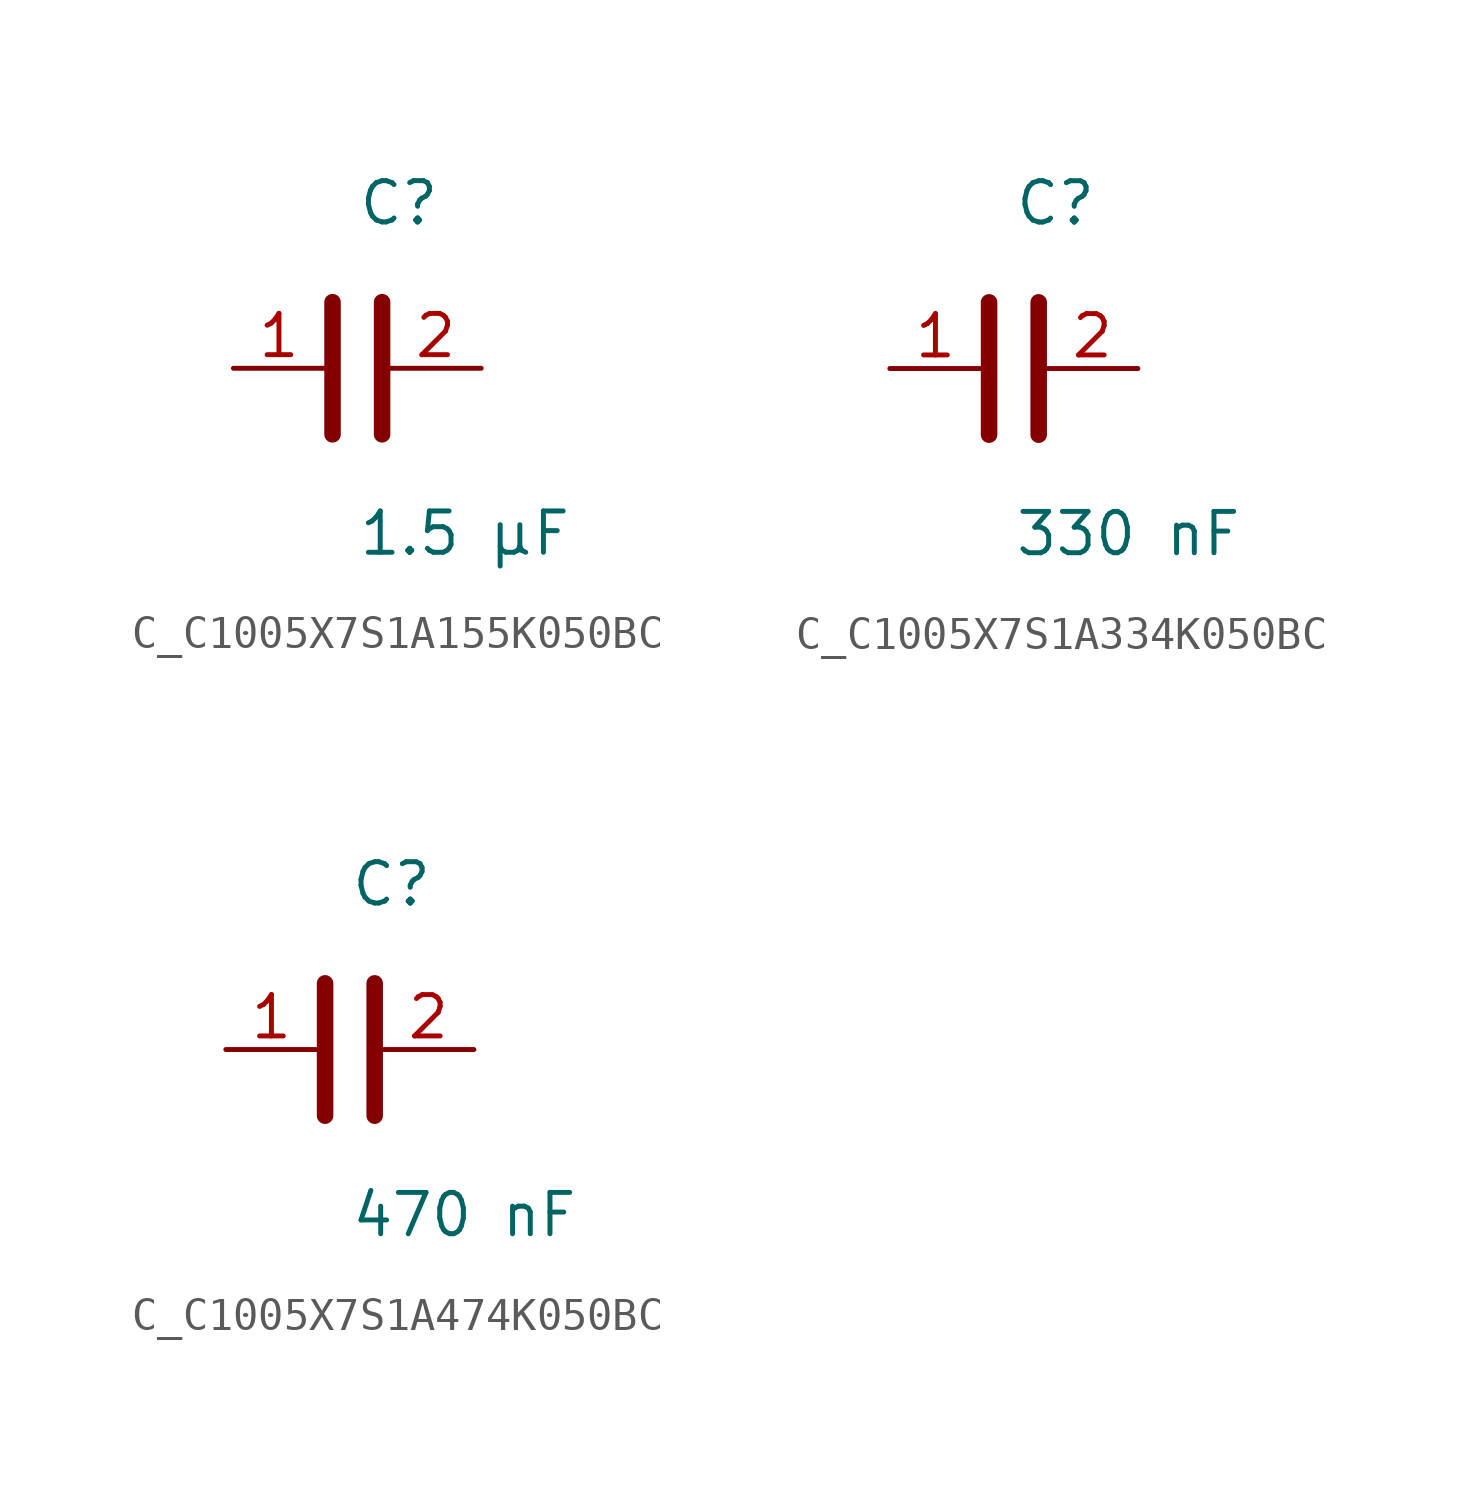
<source format=kicad_sym>
(kicad_symbol_lib
  (version 20231120)
  (generator kicad_symbol_editor)
  (generator_version 8.0)
  (symbol "C_C1005X7S1A155K050BC"
    (pin_names
      (offset 0.254))
    (property "Reference" "C"
      (at 0.0 5.08 0)
      (effects (font (size 1.27 1.27)) (justify left)))
    (property "Value" "1.5 µF"
      (at 0.0 -5.08 0)
      (effects (font (size 1.27 1.27)) (justify left)))
    (symbol "C_C1005X7S1A155K050BC_0_1"
      (polyline (pts (xy -0.762 -2.032) (xy -0.762 2.032)) (stroke (width 0.508) (type default)) (fill (type none)))
      (polyline (pts (xy 0.762 -2.032) (xy 0.762 2.032)) (stroke (width 0.508) (type default)) (fill (type none))))
    (pin unspecified line
      (at -3.81 0 0)
      (length 2.8)
      (name "" (effects (font (size 1.27 1.27))))
      (number "1" (effects (font (size 1.27 1.27)))))
    (pin unspecified line
      (at 3.81 0 180)
      (length 2.8)
      (name "" (effects (font (size 1.27 1.27))))
      (number "2" (effects (font (size 1.27 1.27))))))
  (symbol "C_C1005X7S1A334K050BC"
    (pin_names
      (offset 0.254))
    (property "Reference" "C"
      (at 0.0 5.08 0)
      (effects (font (size 1.27 1.27)) (justify left)))
    (property "Value" "330 nF"
      (at 0.0 -5.08 0)
      (effects (font (size 1.27 1.27)) (justify left)))
    (symbol "C_C1005X7S1A334K050BC_0_1"
      (polyline (pts (xy -0.762 -2.032) (xy -0.762 2.032)) (stroke (width 0.508) (type default)) (fill (type none)))
      (polyline (pts (xy 0.762 -2.032) (xy 0.762 2.032)) (stroke (width 0.508) (type default)) (fill (type none))))
    (pin unspecified line
      (at -3.81 0 0)
      (length 2.8)
      (name "" (effects (font (size 1.27 1.27))))
      (number "1" (effects (font (size 1.27 1.27)))))
    (pin unspecified line
      (at 3.81 0 180)
      (length 2.8)
      (name "" (effects (font (size 1.27 1.27))))
      (number "2" (effects (font (size 1.27 1.27))))))
  (symbol "C_C1005X7S1A474K050BC"
    (pin_names
      (offset 0.254))
    (property "Reference" "C"
      (at 0.0 5.08 0)
      (effects (font (size 1.27 1.27)) (justify left)))
    (property "Value" "470 nF"
      (at 0.0 -5.08 0)
      (effects (font (size 1.27 1.27)) (justify left)))
    (symbol "C_C1005X7S1A474K050BC_0_1"
      (polyline (pts (xy -0.762 -2.032) (xy -0.762 2.032)) (stroke (width 0.508) (type default)) (fill (type none)))
      (polyline (pts (xy 0.762 -2.032) (xy 0.762 2.032)) (stroke (width 0.508) (type default)) (fill (type none))))
    (pin unspecified line
      (at -3.81 0 0)
      (length 2.8)
      (name "" (effects (font (size 1.27 1.27))))
      (number "1" (effects (font (size 1.27 1.27)))))
    (pin unspecified line
      (at 3.81 0 180)
      (length 2.8)
      (name "" (effects (font (size 1.27 1.27))))
      (number "2" (effects (font (size 1.27 1.27)))))))
</source>
